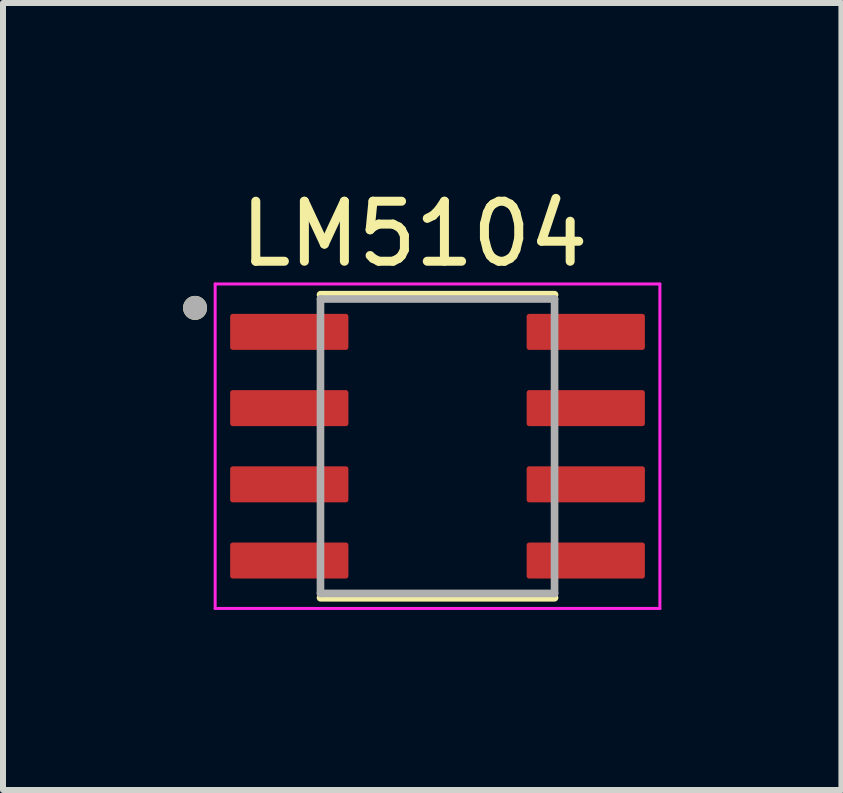
<source format=kicad_pcb>
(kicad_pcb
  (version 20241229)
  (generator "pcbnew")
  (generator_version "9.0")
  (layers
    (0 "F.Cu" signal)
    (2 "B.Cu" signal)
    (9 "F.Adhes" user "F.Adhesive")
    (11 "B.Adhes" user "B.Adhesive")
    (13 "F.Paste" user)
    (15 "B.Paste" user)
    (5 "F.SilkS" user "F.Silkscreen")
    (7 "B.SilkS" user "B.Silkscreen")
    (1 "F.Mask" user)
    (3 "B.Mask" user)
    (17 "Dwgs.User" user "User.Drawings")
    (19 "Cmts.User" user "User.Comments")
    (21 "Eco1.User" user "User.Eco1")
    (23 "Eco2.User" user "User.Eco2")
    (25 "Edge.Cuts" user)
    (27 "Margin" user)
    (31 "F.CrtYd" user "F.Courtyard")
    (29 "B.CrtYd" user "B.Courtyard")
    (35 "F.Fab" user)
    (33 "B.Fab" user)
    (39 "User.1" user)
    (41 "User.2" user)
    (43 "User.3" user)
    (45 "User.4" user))
  (footprint "LM5104"
    (layer "F.Cu")
    (at 4.24 4.385)
    (property "Reference" "LM5104" (at -0.385 -3.537 0) (layer "F.SilkS") (effects (font (size 1 1) (thickness 0.15))))
    (attr through_hole)
    (fp_line (start -1.95 -2.525) (end 1.95 -2.525) (stroke (width 0.127) (type solid)) (layer "F.SilkS"))
    (fp_line (start -1.95 2.525) (end 1.95 2.525) (stroke (width 0.127) (type solid)) (layer "F.SilkS"))
    (fp_circle (center -4.04 -2.305) (end -3.94 -2.305) (stroke (width 0.2) (type solid)) (fill no) (layer "F.SilkS"))
    (fp_line (start -3.705 -2.703) (end -3.705 2.703) (stroke (width 0.05) (type solid)) (layer "F.CrtYd"))
    (fp_line (start -3.705 -2.703) (end 3.705 -2.703) (stroke (width 0.05) (type solid)) (layer "F.CrtYd"))
    (fp_line (start -3.705 2.703) (end 3.705 2.703) (stroke (width 0.05) (type solid)) (layer "F.CrtYd"))
    (fp_line (start 3.705 -2.703) (end 3.705 2.703) (stroke (width 0.05) (type solid)) (layer "F.CrtYd"))
    (fp_line (start -1.95 -2.453) (end -1.95 2.453) (stroke (width 0.127) (type solid)) (layer "F.Fab"))
    (fp_line (start -1.95 -2.453) (end 1.95 -2.453) (stroke (width 0.127) (type solid)) (layer "F.Fab"))
    (fp_line (start -1.95 2.453) (end 1.95 2.453) (stroke (width 0.127) (type solid)) (layer "F.Fab"))
    (fp_line (start 1.95 -2.453) (end 1.95 2.453) (stroke (width 0.127) (type solid)) (layer "F.Fab"))
    (fp_circle (center -4.04 -2.305) (end -3.94 -2.305) (stroke (width 0.2) (type solid)) (fill no) (layer "F.Fab"))
    (pad "1" smd roundrect (at -2.47 -1.905) (size 1.97 0.6) (layers "F.Cu" "F.Mask" "F.Paste") (roundrect_rratio 0.07))
    (pad "2" smd roundrect (at -2.47 -0.635) (size 1.97 0.6) (layers "F.Cu" "F.Mask" "F.Paste") (roundrect_rratio 0.07))
    (pad "3" smd roundrect (at -2.47 0.635) (size 1.97 0.6) (layers "F.Cu" "F.Mask" "F.Paste") (roundrect_rratio 0.07))
    (pad "4" smd roundrect (at -2.47 1.905) (size 1.97 0.6) (layers "F.Cu" "F.Mask" "F.Paste") (roundrect_rratio 0.07))
    (pad "5" smd roundrect (at 2.47 1.905) (size 1.97 0.6) (layers "F.Cu" "F.Mask" "F.Paste") (roundrect_rratio 0.07))
    (pad "6" smd roundrect (at 2.47 0.635) (size 1.97 0.6) (layers "F.Cu" "F.Mask" "F.Paste") (roundrect_rratio 0.07))
    (pad "7" smd roundrect (at 2.47 -0.635) (size 1.97 0.6) (layers "F.Cu" "F.Mask" "F.Paste") (roundrect_rratio 0.07))
    (pad "8" smd roundrect (at 2.47 -1.905) (size 1.97 0.6) (layers "F.Cu" "F.Mask" "F.Paste") (roundrect_rratio 0.07)))
  (gr_rect
    (start -3 -3)
    (end 10.97 10.113)
    (stroke (width 0.1) (type default))
    (fill no)
    (layer "Edge.Cuts")))
</source>
